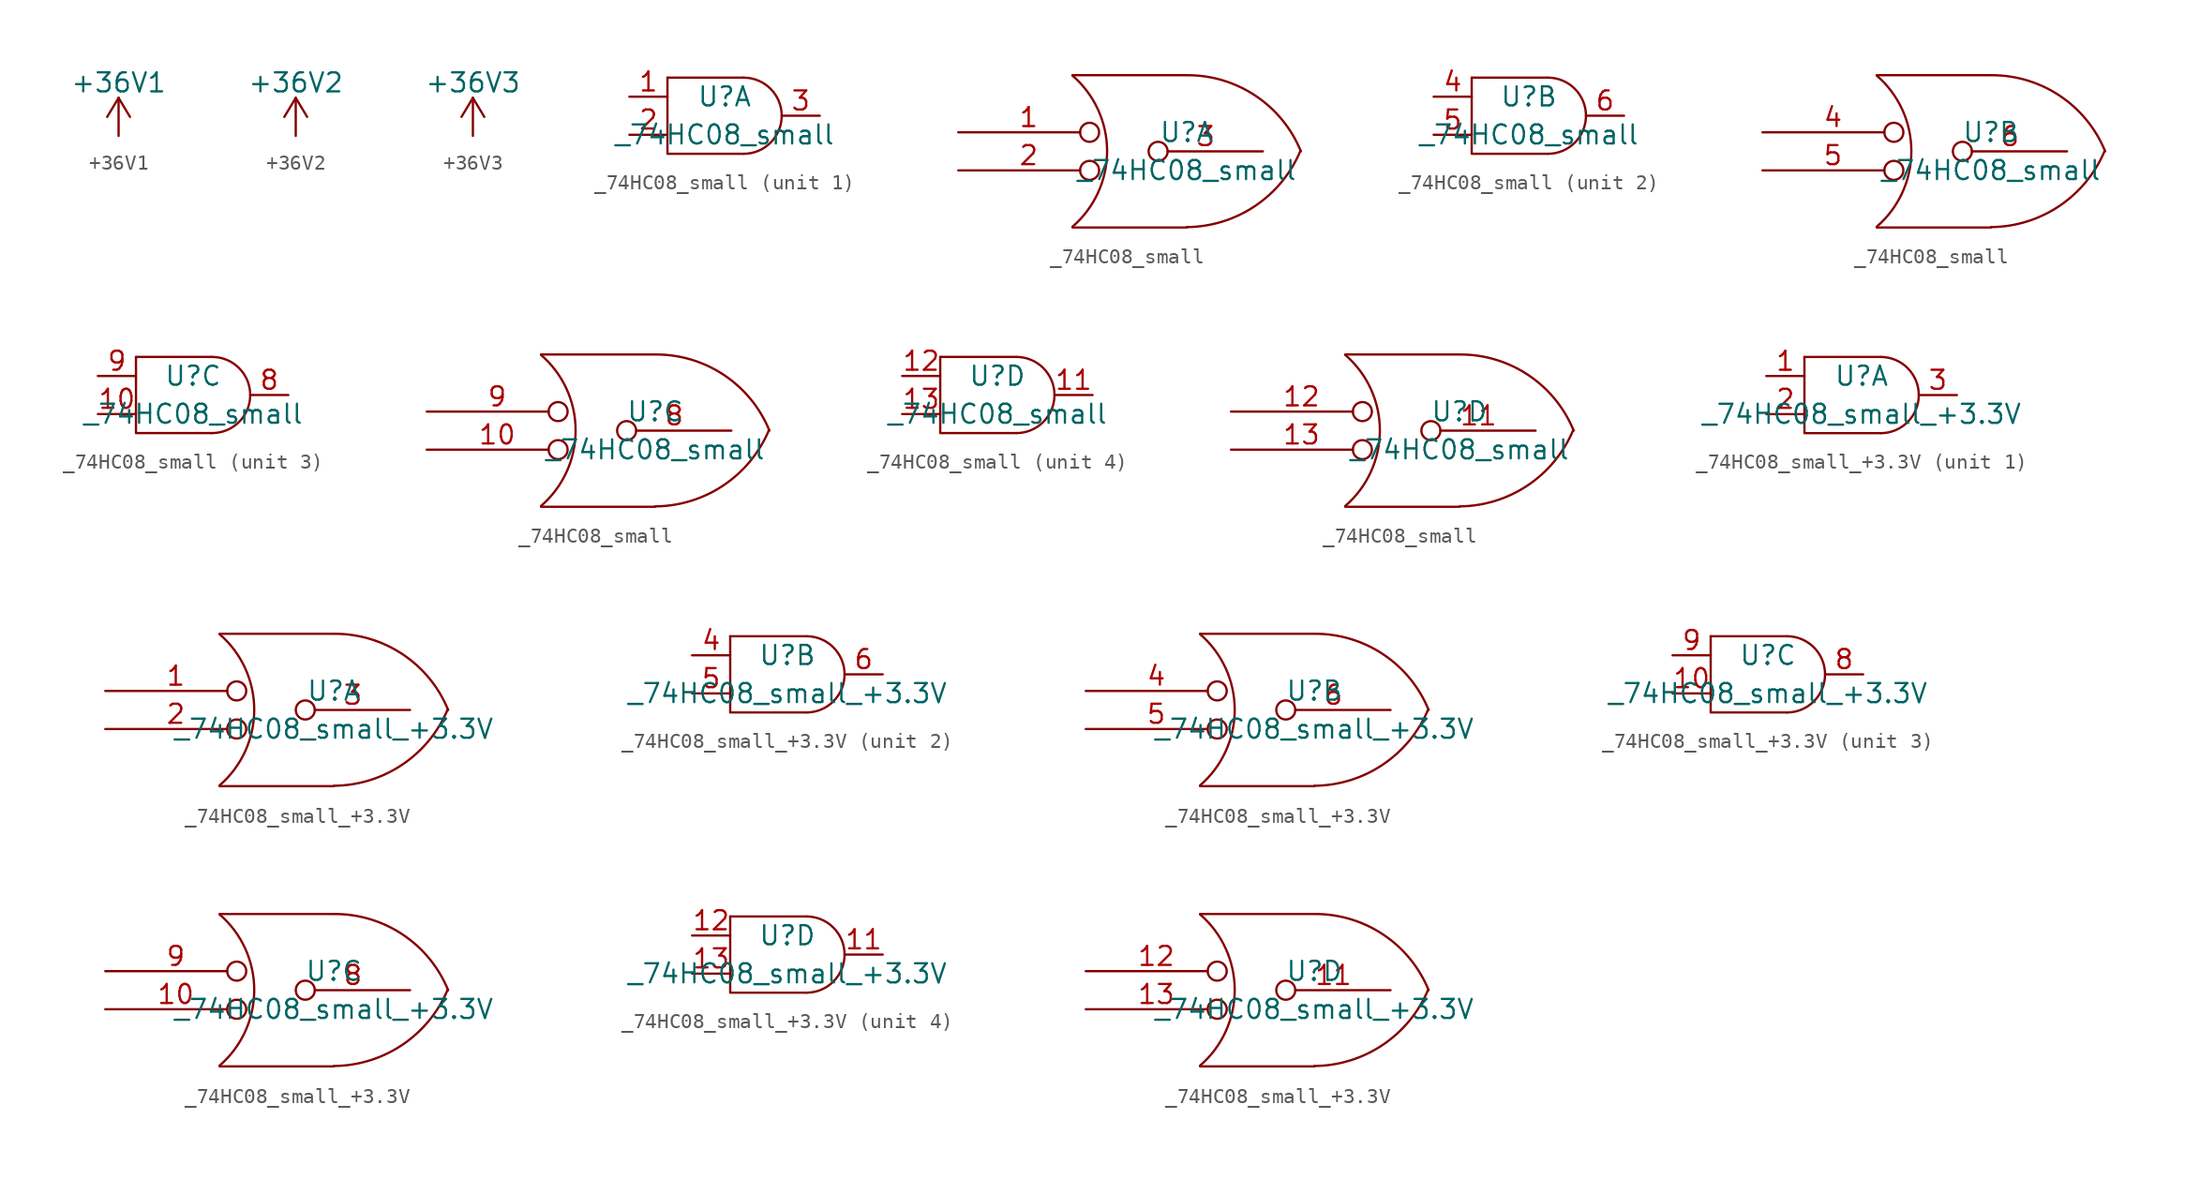
<source format=kicad_sym>
(kicad_symbol_lib
  (version 20220914)
  (generator kicad_symbol_editor)
  (symbol "+36V1"
    (power)
    (pin_names
      (offset 0))
    (property "Reference" "#PWR"
      (at 0 -3.81 0)
      (effects (font (size 1.27 1.27)) hide))
    (property "Value" "+36V1"
      (at 0 3.556 0)
      (effects (font (size 1.27 1.27))))
    (property "Footprint" ""
      (at 0 0 0)
      (effects (font (size 1.27 1.27))))
    (property "Datasheet" ""
      (at 0 0 0)
      (effects (font (size 1.27 1.27))))
    (symbol "+36V1_0_1"
      (polyline (pts (xy -0.762 1.27) (xy 0 2.54)) (stroke (width 0) (type solid)) (fill (type none)))
      (polyline (pts (xy 0 0) (xy 0 2.54)) (stroke (width 0) (type solid)) (fill (type none)))
      (polyline (pts (xy 0 2.54) (xy 0.762 1.27)) (stroke (width 0) (type solid)) (fill (type none))))
    (symbol "+36V1_1_1"
      (pin power_in line (at 0 0 90) (length 0) hide (name "+36V1" (effects (font (size 1.27 1.27)))) (number "1" (effects (font (size 1.27 1.27)))))))
  (symbol "+36V2"
    (power)
    (pin_names
      (offset 0))
    (property "Reference" "#PWR"
      (at 0 -3.81 0)
      (effects (font (size 1.27 1.27)) hide))
    (property "Value" "+36V2"
      (at 0 3.556 0)
      (effects (font (size 1.27 1.27))))
    (property "Footprint" ""
      (at 0 0 0)
      (effects (font (size 1.27 1.27))))
    (property "Datasheet" ""
      (at 0 0 0)
      (effects (font (size 1.27 1.27))))
    (symbol "+36V2_0_1"
      (polyline (pts (xy -0.762 1.27) (xy 0 2.54)) (stroke (width 0) (type solid)) (fill (type none)))
      (polyline (pts (xy 0 0) (xy 0 2.54)) (stroke (width 0) (type solid)) (fill (type none)))
      (polyline (pts (xy 0 2.54) (xy 0.762 1.27)) (stroke (width 0) (type solid)) (fill (type none))))
    (symbol "+36V2_1_1"
      (pin power_in line (at 0 0 90) (length 0) hide (name "+36V2" (effects (font (size 1.27 1.27)))) (number "1" (effects (font (size 1.27 1.27)))))))
  (symbol "+36V3"
    (power)
    (pin_names
      (offset 0))
    (property "Reference" "#PWR"
      (at 0 -3.81 0)
      (effects (font (size 1.27 1.27)) hide))
    (property "Value" "+36V3"
      (at 0 3.556 0)
      (effects (font (size 1.27 1.27))))
    (property "Footprint" ""
      (at 0 0 0)
      (effects (font (size 1.27 1.27))))
    (property "Datasheet" ""
      (at 0 0 0)
      (effects (font (size 1.27 1.27))))
    (symbol "+36V3_0_1"
      (polyline (pts (xy -0.762 1.27) (xy 0 2.54)) (stroke (width 0) (type solid)) (fill (type none)))
      (polyline (pts (xy 0 0) (xy 0 2.54)) (stroke (width 0) (type solid)) (fill (type none)))
      (polyline (pts (xy 0 2.54) (xy 0.762 1.27)) (stroke (width 0) (type solid)) (fill (type none))))
    (symbol "+36V3_1_1"
      (pin power_in line (at 0 0 90) (length 0) hide (name "+36V3" (effects (font (size 1.27 1.27)))) (number "1" (effects (font (size 1.27 1.27)))))))
  (symbol "_74HC08_small"
    (pin_names
      (offset 0.762))
    (property "Reference" "U"
      (at 0 1.27 0)
      (effects (font (size 1.27 1.27))))
    (property "Value" "_74HC08_small"
      (at 0 -1.27 0)
      (effects (font (size 1.27 1.27))))
    (property "Footprint" ""
      (at 1.27 0 0)
      (effects (font (size 1.27 1.27))))
    (property "Datasheet" ""
      (at 1.27 0 0)
      (effects (font (size 1.27 1.27))))
    (symbol "_74HC08_small_0_0"
      (pin power_in line (at -2.54 2.54 90) (length 0) hide (name "VCC" (effects (font (size 1.016 1.016)))) (number "14" (effects (font (size 1.016 1.016)))))
      (pin power_in line (at -2.54 -2.54 90) (length 0) hide (name "GND" (effects (font (size 1.016 1.016)))) (number "7" (effects (font (size 1.016 1.016))))))
    (symbol "_74HC08_small_0_1"
      (polyline (pts (xy -3.81 2.54) (xy 1.27 2.54)) (stroke (width 0) (type solid)) (fill (type none)))
      (polyline (pts (xy -3.81 2.54) (xy -3.81 -2.54) (xy 1.27 -2.54)) (stroke (width 0) (type solid)) (fill (type none)))
      (arc (start 1.27 -2.54) (mid 3.799 0) (end 1.27 2.54) (stroke (width 0) (type solid)) (fill (type none))))
    (symbol "_74HC08_small_0_2"
      (arc (start -7.62 -5.0292) (mid -5.3094 0.0082) (end -7.62 5.0546) (stroke (width 0) (type solid)) (fill (type none)))
      (arc (start 0 -5.0546) (mid 4.5632 -3.6449) (end 7.5946 0.0508) (stroke (width 0) (type solid)) (fill (type none)))
      (polyline (pts (xy -7.62 -5.08) (xy 0 -5.08)) (stroke (width 0) (type solid)) (fill (type none)))
      (polyline (pts (xy -7.62 5.08) (xy 0 5.08)) (stroke (width 0) (type solid)) (fill (type none)))
      (arc (start 7.62 0) (mid 4.6132 3.6946) (end 0.0508 5.08) (stroke (width 0) (type solid)) (fill (type none))))
    (symbol "_74HC08_small_1_1"
      (pin input line (at -6.35 1.27 0) (length 2.54) (name "~" (effects (font (size 1.27 1.27)))) (number "1" (effects (font (size 1.27 1.27)))))
      (pin input line (at -6.35 -1.27 0) (length 2.54) (name "~" (effects (font (size 1.27 1.27)))) (number "2" (effects (font (size 1.27 1.27)))))
      (pin output line (at 6.35 0 180) (length 2.54) (name "~" (effects (font (size 1.27 1.27)))) (number "3" (effects (font (size 1.27 1.27))))))
    (symbol "_74HC08_small_1_2"
      (pin input inverted (at -15.24 1.27 0) (length 9.398) (name "~" (effects (font (size 1.27 1.27)))) (number "1" (effects (font (size 1.27 1.27)))))
      (pin input inverted (at -15.24 -1.27 0) (length 9.398) (name "~" (effects (font (size 1.27 1.27)))) (number "2" (effects (font (size 1.27 1.27)))))
      (pin output inverted (at 5.08 0 180) (length 7.62) (name "~" (effects (font (size 1.27 1.27)))) (number "3" (effects (font (size 1.27 1.27))))))
    (symbol "_74HC08_small_2_1"
      (pin input line (at -6.35 1.27 0) (length 2.54) (name "~" (effects (font (size 1.27 1.27)))) (number "4" (effects (font (size 1.27 1.27)))))
      (pin input line (at -6.35 -1.27 0) (length 2.54) (name "~" (effects (font (size 1.27 1.27)))) (number "5" (effects (font (size 1.27 1.27)))))
      (pin output line (at 6.35 0 180) (length 2.54) (name "~" (effects (font (size 1.27 1.27)))) (number "6" (effects (font (size 1.27 1.27))))))
    (symbol "_74HC08_small_2_2"
      (pin input inverted (at -15.24 1.27 0) (length 9.398) (name "~" (effects (font (size 1.27 1.27)))) (number "4" (effects (font (size 1.27 1.27)))))
      (pin input inverted (at -15.24 -1.27 0) (length 9.398) (name "~" (effects (font (size 1.27 1.27)))) (number "5" (effects (font (size 1.27 1.27)))))
      (pin output inverted (at 5.08 0 180) (length 7.62) (name "~" (effects (font (size 1.27 1.27)))) (number "6" (effects (font (size 1.27 1.27))))))
    (symbol "_74HC08_small_3_1"
      (pin input line (at -6.35 -1.27 0) (length 2.54) (name "~" (effects (font (size 1.27 1.27)))) (number "10" (effects (font (size 1.27 1.27)))))
      (pin output line (at 6.35 0 180) (length 2.54) (name "~" (effects (font (size 1.27 1.27)))) (number "8" (effects (font (size 1.27 1.27)))))
      (pin input line (at -6.35 1.27 0) (length 2.54) (name "~" (effects (font (size 1.27 1.27)))) (number "9" (effects (font (size 1.27 1.27))))))
    (symbol "_74HC08_small_3_2"
      (pin input inverted (at -15.24 -1.27 0) (length 9.398) (name "~" (effects (font (size 1.27 1.27)))) (number "10" (effects (font (size 1.27 1.27)))))
      (pin output inverted (at 5.08 0 180) (length 7.62) (name "~" (effects (font (size 1.27 1.27)))) (number "8" (effects (font (size 1.27 1.27)))))
      (pin input inverted (at -15.24 1.27 0) (length 9.398) (name "~" (effects (font (size 1.27 1.27)))) (number "9" (effects (font (size 1.27 1.27))))))
    (symbol "_74HC08_small_4_1"
      (pin output line (at 6.35 0 180) (length 2.54) (name "~" (effects (font (size 1.27 1.27)))) (number "11" (effects (font (size 1.27 1.27)))))
      (pin input line (at -6.35 1.27 0) (length 2.54) (name "~" (effects (font (size 1.27 1.27)))) (number "12" (effects (font (size 1.27 1.27)))))
      (pin input line (at -6.35 -1.27 0) (length 2.54) (name "~" (effects (font (size 1.27 1.27)))) (number "13" (effects (font (size 1.27 1.27))))))
    (symbol "_74HC08_small_4_2"
      (pin output inverted (at 5.08 0 180) (length 7.62) (name "~" (effects (font (size 1.27 1.27)))) (number "11" (effects (font (size 1.27 1.27)))))
      (pin input inverted (at -15.24 1.27 0) (length 9.398) (name "~" (effects (font (size 1.27 1.27)))) (number "12" (effects (font (size 1.27 1.27)))))
      (pin input inverted (at -15.24 -1.27 0) (length 9.398) (name "~" (effects (font (size 1.27 1.27)))) (number "13" (effects (font (size 1.27 1.27)))))))
  (symbol "_74HC08_small_+3.3V"
    (pin_names
      (offset 0.762))
    (property "Reference" "U"
      (at 0 1.27 0)
      (effects (font (size 1.27 1.27))))
    (property "Value" "_74HC08_small_+3.3V"
      (at 0 -1.27 0)
      (effects (font (size 1.27 1.27))))
    (property "Footprint" ""
      (at 1.27 0 0)
      (effects (font (size 1.27 1.27))))
    (property "Datasheet" ""
      (at 1.27 0 0)
      (effects (font (size 1.27 1.27))))
    (symbol "_74HC08_small_+3.3V_0_0"
      (pin power_in line (at -2.54 2.54 90) (length 0) hide (name "+3.3V" (effects (font (size 1.016 1.016)))) (number "14" (effects (font (size 1.016 1.016)))))
      (pin power_in line (at -2.54 -2.54 90) (length 0) hide (name "GND" (effects (font (size 1.016 1.016)))) (number "7" (effects (font (size 1.016 1.016))))))
    (symbol "_74HC08_small_+3.3V_0_1"
      (polyline (pts (xy -3.81 2.54) (xy 1.27 2.54)) (stroke (width 0) (type solid)) (fill (type none)))
      (polyline (pts (xy -3.81 2.54) (xy -3.81 -2.54) (xy 1.27 -2.54)) (stroke (width 0) (type solid)) (fill (type none)))
      (arc (start 1.27 -2.54) (mid 3.799 0) (end 1.27 2.54) (stroke (width 0) (type solid)) (fill (type none))))
    (symbol "_74HC08_small_+3.3V_0_2"
      (arc (start -7.62 -5.0292) (mid -5.3094 0.0082) (end -7.62 5.0546) (stroke (width 0) (type solid)) (fill (type none)))
      (arc (start 0 -5.0546) (mid 4.5632 -3.6449) (end 7.5946 0.0508) (stroke (width 0) (type solid)) (fill (type none)))
      (polyline (pts (xy -7.62 -5.08) (xy 0 -5.08)) (stroke (width 0) (type solid)) (fill (type none)))
      (polyline (pts (xy -7.62 5.08) (xy 0 5.08)) (stroke (width 0) (type solid)) (fill (type none)))
      (arc (start 7.62 0) (mid 4.6132 3.6946) (end 0.0508 5.08) (stroke (width 0) (type solid)) (fill (type none))))
    (symbol "_74HC08_small_+3.3V_1_1"
      (pin input line (at -6.35 1.27 0) (length 2.54) (name "~" (effects (font (size 1.27 1.27)))) (number "1" (effects (font (size 1.27 1.27)))))
      (pin input line (at -6.35 -1.27 0) (length 2.54) (name "~" (effects (font (size 1.27 1.27)))) (number "2" (effects (font (size 1.27 1.27)))))
      (pin output line (at 6.35 0 180) (length 2.54) (name "~" (effects (font (size 1.27 1.27)))) (number "3" (effects (font (size 1.27 1.27))))))
    (symbol "_74HC08_small_+3.3V_1_2"
      (pin input inverted (at -15.24 1.27 0) (length 9.398) (name "~" (effects (font (size 1.27 1.27)))) (number "1" (effects (font (size 1.27 1.27)))))
      (pin input inverted (at -15.24 -1.27 0) (length 9.398) (name "~" (effects (font (size 1.27 1.27)))) (number "2" (effects (font (size 1.27 1.27)))))
      (pin output inverted (at 5.08 0 180) (length 7.62) (name "~" (effects (font (size 1.27 1.27)))) (number "3" (effects (font (size 1.27 1.27))))))
    (symbol "_74HC08_small_+3.3V_2_1"
      (pin input line (at -6.35 1.27 0) (length 2.54) (name "~" (effects (font (size 1.27 1.27)))) (number "4" (effects (font (size 1.27 1.27)))))
      (pin input line (at -6.35 -1.27 0) (length 2.54) (name "~" (effects (font (size 1.27 1.27)))) (number "5" (effects (font (size 1.27 1.27)))))
      (pin output line (at 6.35 0 180) (length 2.54) (name "~" (effects (font (size 1.27 1.27)))) (number "6" (effects (font (size 1.27 1.27))))))
    (symbol "_74HC08_small_+3.3V_2_2"
      (pin input inverted (at -15.24 1.27 0) (length 9.398) (name "~" (effects (font (size 1.27 1.27)))) (number "4" (effects (font (size 1.27 1.27)))))
      (pin input inverted (at -15.24 -1.27 0) (length 9.398) (name "~" (effects (font (size 1.27 1.27)))) (number "5" (effects (font (size 1.27 1.27)))))
      (pin output inverted (at 5.08 0 180) (length 7.62) (name "~" (effects (font (size 1.27 1.27)))) (number "6" (effects (font (size 1.27 1.27))))))
    (symbol "_74HC08_small_+3.3V_3_1"
      (pin input line (at -6.35 -1.27 0) (length 2.54) (name "~" (effects (font (size 1.27 1.27)))) (number "10" (effects (font (size 1.27 1.27)))))
      (pin output line (at 6.35 0 180) (length 2.54) (name "~" (effects (font (size 1.27 1.27)))) (number "8" (effects (font (size 1.27 1.27)))))
      (pin input line (at -6.35 1.27 0) (length 2.54) (name "~" (effects (font (size 1.27 1.27)))) (number "9" (effects (font (size 1.27 1.27))))))
    (symbol "_74HC08_small_+3.3V_3_2"
      (pin input inverted (at -15.24 -1.27 0) (length 9.398) (name "~" (effects (font (size 1.27 1.27)))) (number "10" (effects (font (size 1.27 1.27)))))
      (pin output inverted (at 5.08 0 180) (length 7.62) (name "~" (effects (font (size 1.27 1.27)))) (number "8" (effects (font (size 1.27 1.27)))))
      (pin input inverted (at -15.24 1.27 0) (length 9.398) (name "~" (effects (font (size 1.27 1.27)))) (number "9" (effects (font (size 1.27 1.27))))))
    (symbol "_74HC08_small_+3.3V_4_1"
      (pin output line (at 6.35 0 180) (length 2.54) (name "~" (effects (font (size 1.27 1.27)))) (number "11" (effects (font (size 1.27 1.27)))))
      (pin input line (at -6.35 1.27 0) (length 2.54) (name "~" (effects (font (size 1.27 1.27)))) (number "12" (effects (font (size 1.27 1.27)))))
      (pin input line (at -6.35 -1.27 0) (length 2.54) (name "~" (effects (font (size 1.27 1.27)))) (number "13" (effects (font (size 1.27 1.27))))))
    (symbol "_74HC08_small_+3.3V_4_2"
      (pin output inverted (at 5.08 0 180) (length 7.62) (name "~" (effects (font (size 1.27 1.27)))) (number "11" (effects (font (size 1.27 1.27)))))
      (pin input inverted (at -15.24 1.27 0) (length 9.398) (name "~" (effects (font (size 1.27 1.27)))) (number "12" (effects (font (size 1.27 1.27)))))
      (pin input inverted (at -15.24 -1.27 0) (length 9.398) (name "~" (effects (font (size 1.27 1.27)))) (number "13" (effects (font (size 1.27 1.27))))))))
</source>
